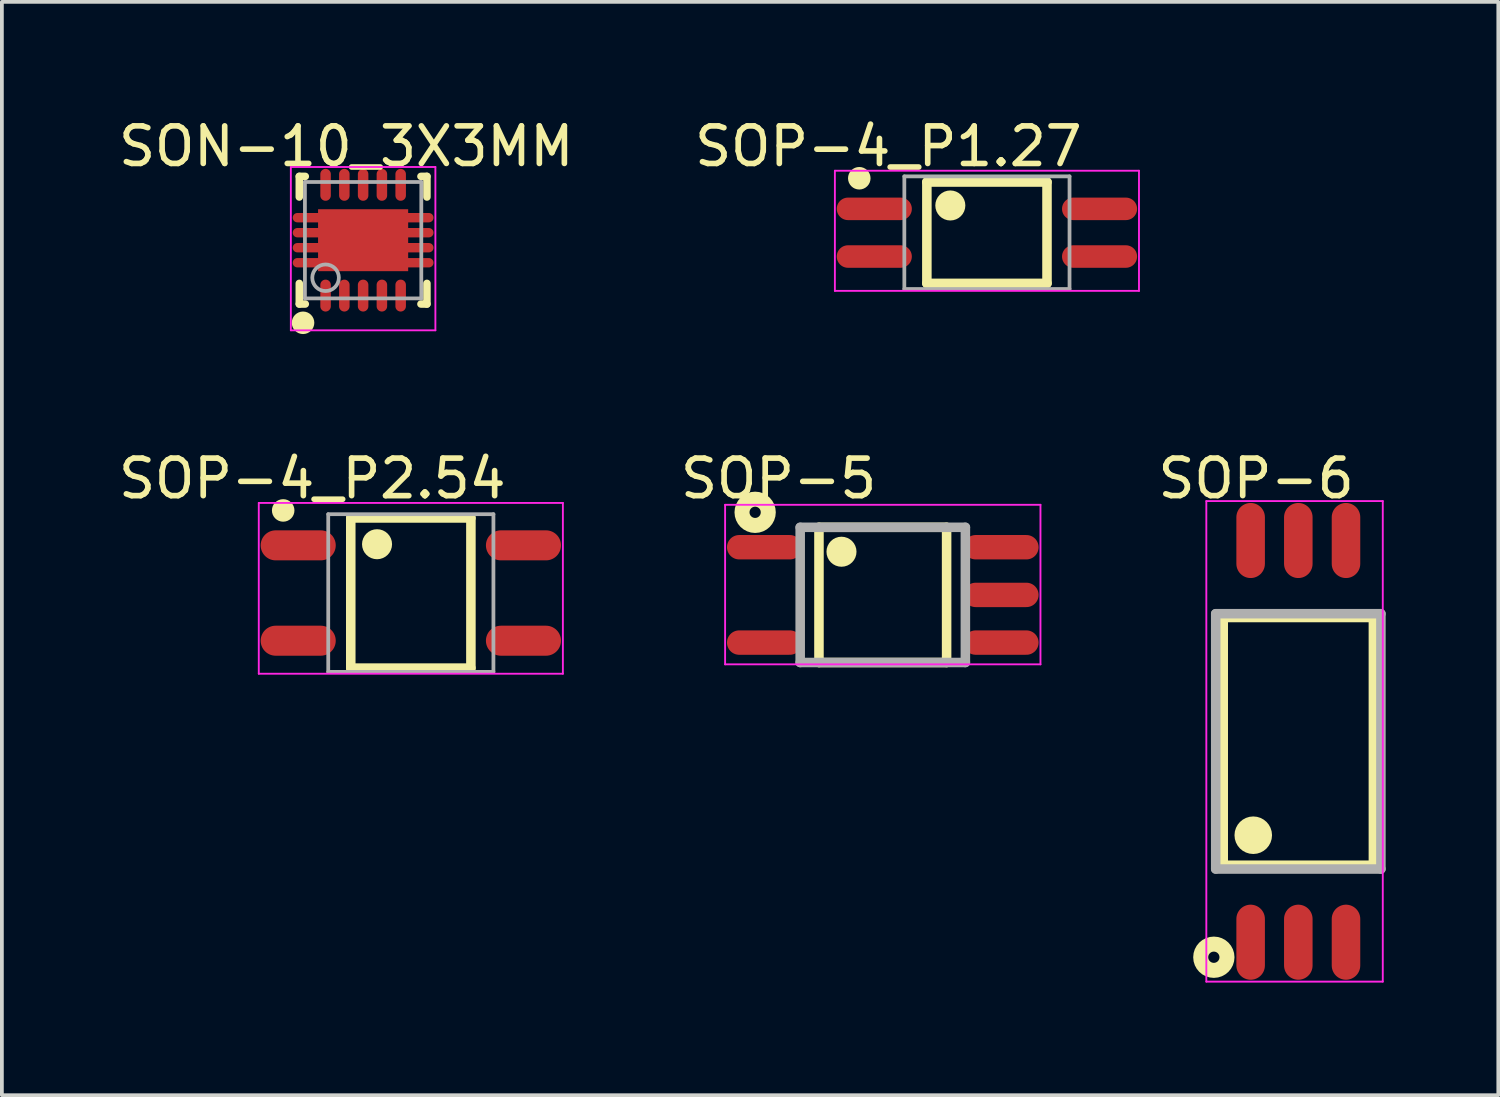
<source format=kicad_pcb>
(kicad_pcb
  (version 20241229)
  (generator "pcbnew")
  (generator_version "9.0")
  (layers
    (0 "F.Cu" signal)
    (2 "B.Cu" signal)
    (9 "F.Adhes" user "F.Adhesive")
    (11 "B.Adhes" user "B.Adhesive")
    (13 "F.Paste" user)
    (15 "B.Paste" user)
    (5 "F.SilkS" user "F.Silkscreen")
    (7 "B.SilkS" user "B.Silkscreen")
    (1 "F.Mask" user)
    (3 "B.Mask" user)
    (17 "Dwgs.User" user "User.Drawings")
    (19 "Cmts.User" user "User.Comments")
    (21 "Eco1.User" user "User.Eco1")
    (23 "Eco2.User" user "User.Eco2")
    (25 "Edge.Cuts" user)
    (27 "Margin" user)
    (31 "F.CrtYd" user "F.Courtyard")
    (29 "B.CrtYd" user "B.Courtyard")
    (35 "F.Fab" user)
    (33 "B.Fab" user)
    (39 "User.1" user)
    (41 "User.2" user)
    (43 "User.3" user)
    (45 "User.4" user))
  (footprint "SOP-6"
    (layer "F.Cu")
    (at 31.532 16.697)
    (property "Reference" "SOP-6" (at -1.124 -7.001 0) (layer "F.SilkS") (effects (font (size 1 1) (thickness 0.15))))
    (attr through_hole)
    (fp_line (start -2 -3.3) (end 2 -3.3) (stroke (width 0.254) (type solid)) (layer "F.SilkS"))
    (fp_line (start -2 3.3) (end -2 -3.3) (stroke (width 0.254) (type solid)) (layer "F.SilkS"))
    (fp_line (start -2 3.3) (end 2 3.3) (stroke (width 0.254) (type solid)) (layer "F.SilkS"))
    (fp_line (start 2 3.3) (end 2 -3.3) (stroke (width 0.254) (type solid)) (layer "F.SilkS"))
    (fp_circle (center -2.25 5.75) (end -2.1 5.75) (stroke (width 0.4) (type solid)) (fill no) (layer "F.SilkS"))
    (fp_circle (center -1.2 2.5) (end -0.95 2.5) (stroke (width 0.5) (type solid)) (fill no) (layer "F.SilkS"))
    (fp_line (start -2.45 -6.4) (end 2.25 -6.4) (stroke (width 0.05) (type solid)) (layer "F.CrtYd"))
    (fp_line (start -2.45 6.4) (end -2.45 -6.4) (stroke (width 0.05) (type solid)) (layer "F.CrtYd"))
    (fp_line (start 2.25 -6.4) (end 2.25 6.4) (stroke (width 0.05) (type solid)) (layer "F.CrtYd"))
    (fp_line (start 2.25 6.4) (end -2.45 6.4) (stroke (width 0.05) (type solid)) (layer "F.CrtYd"))
    (fp_line (start -2.2 -3.4) (end 2.2 -3.4) (stroke (width 0.254) (type solid)) (layer "F.Fab"))
    (fp_line (start -2.2 3.4) (end -2.2 -3.4) (stroke (width 0.254) (type solid)) (layer "F.Fab"))
    (fp_line (start -2.2 3.4) (end 2.2 3.4) (stroke (width 0.254) (type solid)) (layer "F.Fab"))
    (fp_line (start 2.2 3.4) (end 2.2 -3.4) (stroke (width 0.254) (type solid)) (layer "F.Fab"))
    (pad "1" smd oval (at -1.27 5.35 180) (size 0.76 2) (layers "F.Cu" "F.Mask" "F.Paste"))
    (pad "2" smd oval (at 0 5.35 180) (size 0.76 2) (layers "F.Cu" "F.Mask" "F.Paste"))
    (pad "3" smd oval (at 1.27 5.35 180) (size 0.76 2) (layers "F.Cu" "F.Mask" "F.Paste"))
    (pad "4" smd oval (at 1.27 -5.35 180) (size 0.76 2) (layers "F.Cu" "F.Mask" "F.Paste"))
    (pad "5" smd oval (at 0 -5.35 180) (size 0.76 2) (layers "F.Cu" "F.Mask" "F.Paste"))
    (pad "6" smd oval (at -1.27 -5.35 180) (size 0.76 2) (layers "F.Cu" "F.Mask" "F.Paste")))
  (footprint "SON-10_3X3MM"
    (layer "F.Cu")
    (at 6.622 3.348)
    (property "Reference" "SON-10_3X3MM" (at -0.449 -2.5 0) (layer "F.SilkS") (effects (font (size 1 1) (thickness 0.15))))
    (attr through_hole)
    (fp_line (start -1.7 -1.7) (end -1.54 -1.7) (stroke (width 0.2) (type solid)) (layer "F.SilkS"))
    (fp_line (start -1.7 -1.15) (end -1.7 -1.7) (stroke (width 0.2) (type solid)) (layer "F.SilkS"))
    (fp_line (start -1.7 1.7) (end -1.7 1.15) (stroke (width 0.2) (type solid)) (layer "F.SilkS"))
    (fp_line (start -1.7 1.7) (end -1.54 1.7) (stroke (width 0.2) (type solid)) (layer "F.SilkS"))
    (fp_line (start 1.54 -1.7) (end 1.7 -1.7) (stroke (width 0.2) (type solid)) (layer "F.SilkS"))
    (fp_line (start 1.54 1.7) (end 1.7 1.7) (stroke (width 0.2) (type solid)) (layer "F.SilkS"))
    (fp_line (start 1.7 -1.15) (end 1.7 -1.7) (stroke (width 0.2) (type solid)) (layer "F.SilkS"))
    (fp_line (start 1.7 1.7) (end 1.7 1.15) (stroke (width 0.2) (type solid)) (layer "F.SilkS"))
    (fp_circle (center -1.6 2.2) (end -1.45 2.2) (stroke (width 0.3) (type solid)) (fill no) (layer "F.SilkS"))
    (fp_poly (pts (xy -0.55 0.6) (xy 0.5 0.6) (xy 0.5 -0.6) (xy -0.55 -0.6)) (stroke (width 0.15) (type solid)) (fill yes) (layer "F.Paste"))
    (fp_line (start -1.925 -1.95) (end 1.925 -1.95) (stroke (width 0.05) (type solid)) (layer "F.CrtYd"))
    (fp_line (start -1.925 2.4) (end -1.925 -1.95) (stroke (width 0.05) (type solid)) (layer "F.CrtYd"))
    (fp_line (start 1.925 -1.95) (end 1.925 2.4) (stroke (width 0.05) (type solid)) (layer "F.CrtYd"))
    (fp_line (start 1.925 2.4) (end -1.925 2.4) (stroke (width 0.05) (type solid)) (layer "F.CrtYd"))
    (fp_line (start -1.55 -1.55) (end 1.55 -1.55) (stroke (width 0.1) (type solid)) (layer "F.Fab"))
    (fp_line (start -1.55 1.55) (end -1.55 -1.55) (stroke (width 0.1) (type solid)) (layer "F.Fab"))
    (fp_line (start -1.55 1.55) (end 1.55 1.55) (stroke (width 0.1) (type solid)) (layer "F.Fab"))
    (fp_line (start 1.55 1.55) (end 1.55 -1.55) (stroke (width 0.1) (type solid)) (layer "F.Fab"))
    (fp_circle (center -1 1) (end -0.646 1) (stroke (width 0.1) (type solid)) (fill no) (layer "F.Fab"))
    (pad "" smd oval (at -1.375 -0.6 180) (size 1 0.25) (layers "F.Cu" "F.Mask" "F.Paste"))
    (pad "" smd oval (at -1.375 -0.2 180) (size 1 0.25) (layers "F.Cu" "F.Mask" "F.Paste"))
    (pad "" smd oval (at -1.375 0.2 180) (size 1 0.25) (layers "F.Cu" "F.Mask" "F.Paste"))
    (pad "" smd oval (at -1.375 0.6 180) (size 1 0.25) (layers "F.Cu" "F.Mask" "F.Paste"))
    (pad "" smd oval (at 1.375 -0.6) (size 1 0.25) (layers "F.Cu" "F.Mask" "F.Paste"))
    (pad "" smd oval (at 1.375 -0.2) (size 1 0.25) (layers "F.Cu" "F.Mask" "F.Paste"))
    (pad "" smd oval (at 1.375 0.2) (size 1 0.25) (layers "F.Cu" "F.Mask" "F.Paste"))
    (pad "" smd oval (at 1.375 0.6) (size 1 0.25) (layers "F.Cu" "F.Mask" "F.Paste"))
    (pad "0" smd rect (at 0 0 90) (size 1.65 2.4) (layers "F.Cu" "F.Mask" "F.Paste"))
    (pad "1" smd oval (at -1 1.475 180) (size 0.28 0.85) (layers "F.Cu" "F.Mask" "F.Paste"))
    (pad "2" smd oval (at -0.5 1.475 180) (size 0.28 0.85) (layers "F.Cu" "F.Mask" "F.Paste"))
    (pad "3" smd oval (at 0 1.475 180) (size 0.28 0.85) (layers "F.Cu" "F.Mask" "F.Paste"))
    (pad "4" smd oval (at 0.5 1.475 180) (size 0.28 0.85) (layers "F.Cu" "F.Mask" "F.Paste"))
    (pad "5" smd oval (at 1 1.475 180) (size 0.28 0.85) (layers "F.Cu" "F.Mask" "F.Paste"))
    (pad "6" smd oval (at 1 -1.475 180) (size 0.28 0.85) (layers "F.Cu" "F.Mask" "F.Paste"))
    (pad "7" smd oval (at 0.5 -1.475 180) (size 0.28 0.85) (layers "F.Cu" "F.Mask" "F.Paste"))
    (pad "8" smd oval (at 0 -1.475 180) (size 0.28 0.85) (layers "F.Cu" "F.Mask" "F.Paste"))
    (pad "9" smd oval (at -0.5 -1.475 180) (size 0.28 0.85) (layers "F.Cu" "F.Mask" "F.Paste"))
    (pad "10" smd oval (at -1 -1.475 180) (size 0.28 0.85) (layers "F.Cu" "F.Mask" "F.Paste")))
  (footprint "SOP-4_P2.54"
    (layer "F.Cu")
    (at 7.893 12.746)
    (property "Reference" "SOP-4_P2.54" (at -2.625 -3.049 0) (layer "F.SilkS") (effects (font (size 1 1) (thickness 0.15))))
    (attr through_hole)
    (fp_line (start -1.6 -2) (end 1.6 -2) (stroke (width 0.254) (type solid)) (layer "F.SilkS"))
    (fp_line (start -1.6 2) (end -1.6 -2) (stroke (width 0.254) (type solid)) (layer "F.SilkS"))
    (fp_line (start -1.6 2) (end 1.6 2) (stroke (width 0.254) (type solid)) (layer "F.SilkS"))
    (fp_line (start 1.6 2) (end 1.6 -2) (stroke (width 0.254) (type solid)) (layer "F.SilkS"))
    (fp_circle (center -3.4 -2.2) (end -3.25 -2.2) (stroke (width 0.3) (type solid)) (fill no) (layer "F.SilkS"))
    (fp_circle (center -0.9 -1.3) (end -0.7 -1.3) (stroke (width 0.4) (type solid)) (fill no) (layer "F.SilkS"))
    (fp_line (start -4.05 -2.4) (end 4.05 -2.4) (stroke (width 0.05) (type solid)) (layer "F.CrtYd"))
    (fp_line (start -4.05 2.15) (end -4.05 -2.4) (stroke (width 0.05) (type solid)) (layer "F.CrtYd"))
    (fp_line (start 4.05 -2.4) (end 4.05 2.15) (stroke (width 0.05) (type solid)) (layer "F.CrtYd"))
    (fp_line (start 4.05 2.15) (end -4.05 2.15) (stroke (width 0.05) (type solid)) (layer "F.CrtYd"))
    (fp_line (start -2.2 -2.1) (end 2.2 -2.1) (stroke (width 0.1) (type solid)) (layer "F.Fab"))
    (fp_line (start -2.2 2.1) (end -2.2 -2.1) (stroke (width 0.1) (type solid)) (layer "F.Fab"))
    (fp_line (start -2.2 2.1) (end 2.2 2.1) (stroke (width 0.1) (type solid)) (layer "F.Fab"))
    (fp_line (start 2.2 2.1) (end 2.2 -2.1) (stroke (width 0.1) (type solid)) (layer "F.Fab"))
    (pad "1" smd oval (at -3 -1.27 90) (size 0.8 2) (layers "F.Cu" "F.Mask" "F.Paste"))
    (pad "2" smd oval (at -3 1.27 90) (size 0.8 2) (layers "F.Cu" "F.Mask" "F.Paste"))
    (pad "3" smd oval (at 3 1.27 90) (size 0.8 2) (layers "F.Cu" "F.Mask" "F.Paste"))
    (pad "4" smd oval (at 3 -1.27 90) (size 0.8 2) (layers "F.Cu" "F.Mask" "F.Paste")))
  (footprint "SOP-4_P1.27"
    (layer "F.Cu")
    (at 23.238 3.148)
    (property "Reference" "SOP-4_P1.27" (at -2.625 -2.299 0) (layer "F.SilkS") (effects (font (size 1 1) (thickness 0.15))))
    (attr through_hole)
    (fp_line (start -1.6 -1.35) (end 1.6 -1.35) (stroke (width 0.254) (type solid)) (layer "F.SilkS"))
    (fp_line (start -1.6 1.35) (end -1.6 -1.35) (stroke (width 0.254) (type solid)) (layer "F.SilkS"))
    (fp_line (start -1.6 1.35) (end 1.6 1.35) (stroke (width 0.254) (type solid)) (layer "F.SilkS"))
    (fp_line (start 1.6 1.35) (end 1.6 -1.35) (stroke (width 0.254) (type solid)) (layer "F.SilkS"))
    (fp_circle (center -3.4 -1.45) (end -3.25 -1.45) (stroke (width 0.3) (type solid)) (fill no) (layer "F.SilkS"))
    (fp_circle (center -0.975 -0.725) (end -0.775 -0.725) (stroke (width 0.4) (type solid)) (fill no) (layer "F.SilkS"))
    (fp_line (start -4.05 -1.65) (end 4.05 -1.65) (stroke (width 0.05) (type solid)) (layer "F.CrtYd"))
    (fp_line (start -4.05 1.55) (end -4.05 -1.65) (stroke (width 0.05) (type solid)) (layer "F.CrtYd"))
    (fp_line (start 4.05 -1.65) (end 4.05 1.55) (stroke (width 0.05) (type solid)) (layer "F.CrtYd"))
    (fp_line (start 4.05 1.55) (end -4.05 1.55) (stroke (width 0.05) (type solid)) (layer "F.CrtYd"))
    (fp_line (start -2.2 -1.5) (end 2.2 -1.5) (stroke (width 0.1) (type solid)) (layer "F.Fab"))
    (fp_line (start -2.2 1.5) (end -2.2 -1.5) (stroke (width 0.1) (type solid)) (layer "F.Fab"))
    (fp_line (start -2.2 1.5) (end 2.2 1.5) (stroke (width 0.1) (type solid)) (layer "F.Fab"))
    (fp_line (start 2.2 1.5) (end 2.2 -1.5) (stroke (width 0.1) (type solid)) (layer "F.Fab"))
    (pad "1" smd oval (at -3 -0.635 90) (size 0.6 2) (layers "F.Cu" "F.Mask" "F.Paste"))
    (pad "2" smd oval (at -3 0.635 90) (size 0.6 2) (layers "F.Cu" "F.Mask" "F.Paste"))
    (pad "3" smd oval (at 3 0.635 90) (size 0.6 2) (layers "F.Cu" "F.Mask" "F.Paste"))
    (pad "4" smd oval (at 3 -0.635 90) (size 0.6 2) (layers "F.Cu" "F.Mask" "F.Paste")))
  (footprint "SOP-5"
    (layer "F.Cu")
    (at 20.464 12.796)
    (property "Reference" "SOP-5" (at -2.775 -3.099 0) (layer "F.SilkS") (effects (font (size 1 1) (thickness 0.15))))
    (attr through_hole)
    (fp_line (start -1.7 -1.8) (end 1.7 -1.8) (stroke (width 0.254) (type solid)) (layer "F.SilkS"))
    (fp_line (start -1.7 1.8) (end -1.7 -1.8) (stroke (width 0.254) (type solid)) (layer "F.SilkS"))
    (fp_line (start -1.7 1.8) (end 1.7 1.8) (stroke (width 0.254) (type solid)) (layer "F.SilkS"))
    (fp_line (start 1.7 1.8) (end 1.7 -1.8) (stroke (width 0.254) (type solid)) (layer "F.SilkS"))
    (fp_circle (center -3.4 -2.2) (end -3.25 -2.2) (stroke (width 0.4) (type solid)) (fill no) (layer "F.SilkS"))
    (fp_circle (center -1.1 -1.15) (end -0.9 -1.15) (stroke (width 0.4) (type solid)) (fill no) (layer "F.SilkS"))
    (fp_line (start -4.2 -2.4) (end 4.2 -2.4) (stroke (width 0.05) (type solid)) (layer "F.CrtYd"))
    (fp_line (start -4.2 1.85) (end -4.2 -2.4) (stroke (width 0.05) (type solid)) (layer "F.CrtYd"))
    (fp_line (start 4.2 -2.4) (end 4.2 1.85) (stroke (width 0.05) (type solid)) (layer "F.CrtYd"))
    (fp_line (start 4.2 1.85) (end -4.2 1.85) (stroke (width 0.05) (type solid)) (layer "F.CrtYd"))
    (fp_line (start -2.2 -1.8) (end 2.2 -1.8) (stroke (width 0.254) (type solid)) (layer "F.Fab"))
    (fp_line (start -2.2 1.8) (end -2.2 -1.8) (stroke (width 0.254) (type solid)) (layer "F.Fab"))
    (fp_line (start -2.2 1.8) (end 2.2 1.8) (stroke (width 0.254) (type solid)) (layer "F.Fab"))
    (fp_line (start 2.2 1.8) (end 2.2 -1.8) (stroke (width 0.254) (type solid)) (layer "F.Fab"))
    (pad "1" smd oval (at -3.15 -1.27 90) (size 0.65 2) (layers "F.Cu" "F.Mask" "F.Paste"))
    (pad "2" smd oval (at -3.15 1.27 90) (size 0.65 2) (layers "F.Cu" "F.Mask" "F.Paste"))
    (pad "3" smd oval (at 3.15 1.27 90) (size 0.65 2) (layers "F.Cu" "F.Mask" "F.Paste"))
    (pad "4" smd oval (at 3.15 0 90) (size 0.65 2) (layers "F.Cu" "F.Mask" "F.Paste"))
    (pad "5" smd oval (at 3.15 -1.27 90) (size 0.65 2) (layers "F.Cu" "F.Mask" "F.Paste")))
  (gr_rect
    (start -3 -3)
    (end 36.859 26.122)
    (stroke (width 0.1) (type default))
    (fill no)
    (layer "Edge.Cuts")))
</source>
